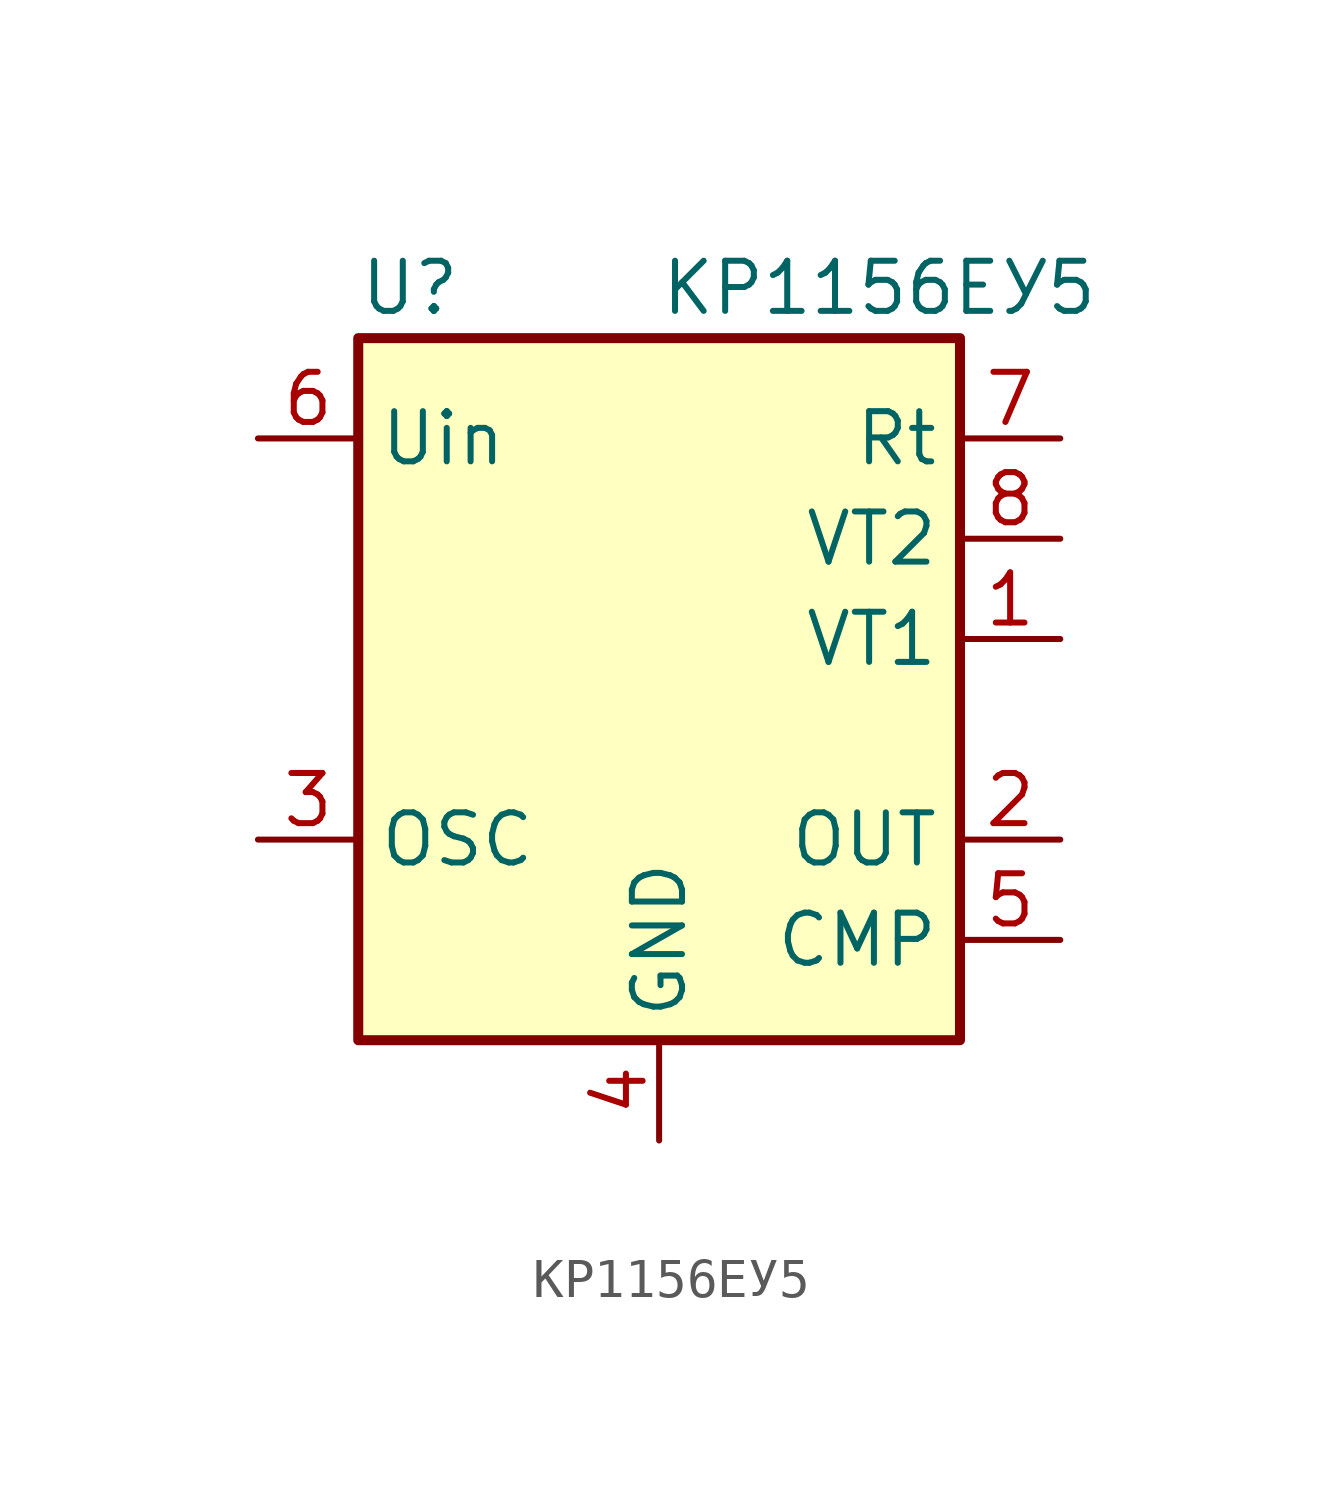
<source format=kicad_sym>
(kicad_symbol_lib
  (version 20220914)
  (generator kicad_symbol_editor)
  (symbol "КР1156ЕУ5"
    (property "Reference" "U"
      (at -7.62 8.89 0)
      (effects (font (size 1.27 1.27)) (justify left)))
    (property "Value" "КР1156ЕУ5"
      (at 0 8.89 0)
      (effects (font (size 1.27 1.27)) (justify left)))
    (symbol "КР1156ЕУ5_0_1"
      (rectangle (start -7.62 7.62) (end 7.62 -10.16) (stroke (width 0.254) (type default)) (fill (type background))))
    (symbol "КР1156ЕУ5_1_1"
      (pin open_collector line (at 10.16 0 180) (length 2.54) (name "VT1" (effects (font (size 1.27 1.27)))) (number "1" (effects (font (size 1.27 1.27)))))
      (pin open_emitter line (at 10.16 -5.08 180) (length 2.54) (name "OUT" (effects (font (size 1.27 1.27)))) (number "2" (effects (font (size 1.27 1.27)))))
      (pin passive line (at -10.16 -5.08 0) (length 2.54) (name "OSC" (effects (font (size 1.27 1.27)))) (number "3" (effects (font (size 1.27 1.27)))))
      (pin power_in line (at 0 -12.7 90) (length 2.54) (name "GND" (effects (font (size 1.27 1.27)))) (number "4" (effects (font (size 1.27 1.27)))))
      (pin input line (at 10.16 -7.62 180) (length 2.54) (name "CMP" (effects (font (size 1.27 1.27)))) (number "5" (effects (font (size 1.27 1.27)))))
      (pin power_in line (at -10.16 5.08 0) (length 2.54) (name "Uin" (effects (font (size 1.27 1.27)))) (number "6" (effects (font (size 1.27 1.27)))))
      (pin input line (at 10.16 5.08 180) (length 2.54) (name "Rt" (effects (font (size 1.27 1.27)))) (number "7" (effects (font (size 1.27 1.27)))))
      (pin open_collector line (at 10.16 2.54 180) (length 2.54) (name "VT2" (effects (font (size 1.27 1.27)))) (number "8" (effects (font (size 1.27 1.27))))))))
</source>
